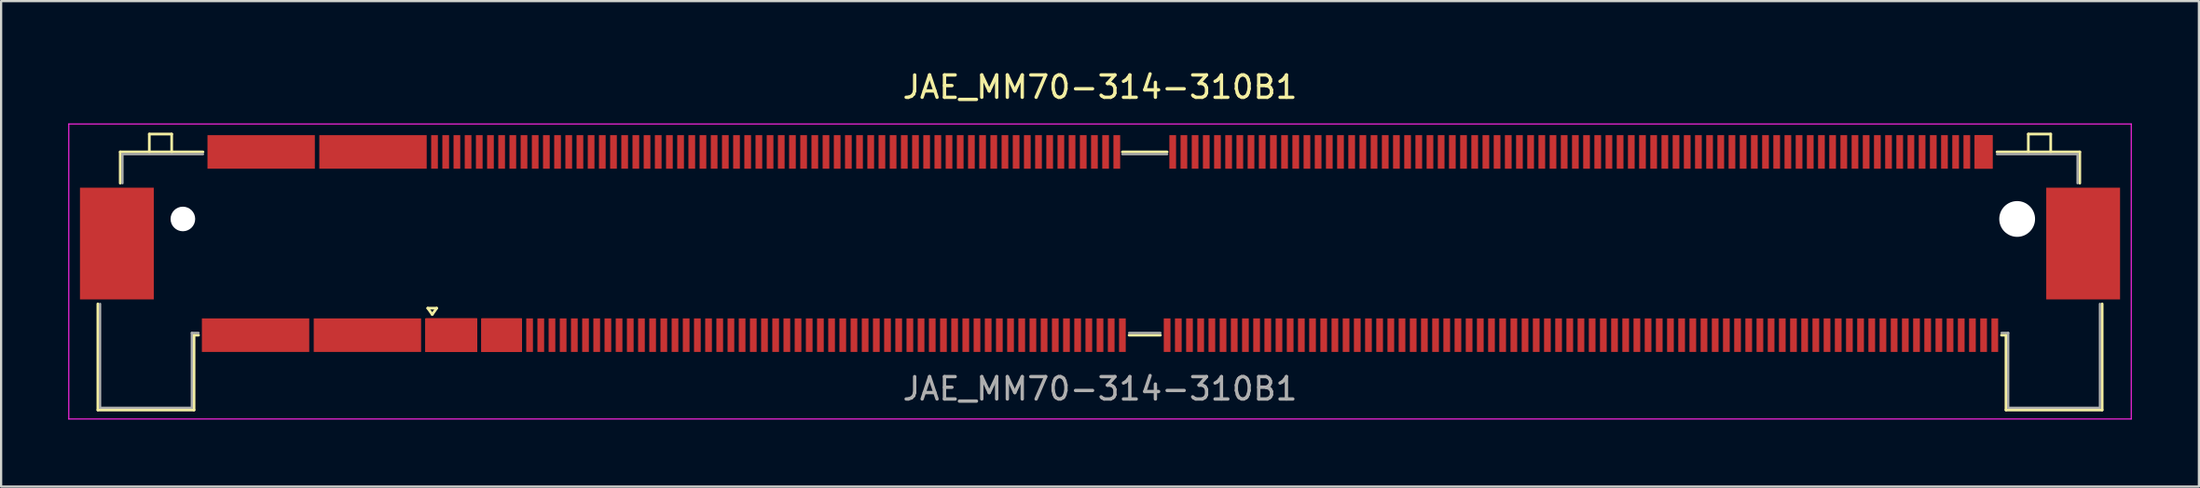
<source format=kicad_pcb>
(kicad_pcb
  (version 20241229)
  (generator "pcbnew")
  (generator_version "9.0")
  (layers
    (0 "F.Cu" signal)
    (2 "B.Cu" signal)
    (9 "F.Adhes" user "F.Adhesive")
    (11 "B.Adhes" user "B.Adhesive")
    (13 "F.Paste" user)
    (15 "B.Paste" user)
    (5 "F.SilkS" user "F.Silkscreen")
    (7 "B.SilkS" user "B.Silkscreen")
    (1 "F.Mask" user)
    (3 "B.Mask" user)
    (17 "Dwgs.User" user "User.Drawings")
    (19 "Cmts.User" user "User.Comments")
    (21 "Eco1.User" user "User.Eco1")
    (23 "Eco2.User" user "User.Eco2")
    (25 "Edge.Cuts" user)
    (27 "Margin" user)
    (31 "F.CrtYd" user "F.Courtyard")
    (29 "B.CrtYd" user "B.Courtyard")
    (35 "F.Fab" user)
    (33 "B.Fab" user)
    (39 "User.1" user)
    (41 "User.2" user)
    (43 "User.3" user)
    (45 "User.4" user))
  (footprint "JAE_MM70-314-310B1"
    (layer "F.Cu")
    (at 46.125 7.848)
    (property "Reference" "JAE_MM70-314-310B1" (at 0 -7 0) (layer "F.SilkS") (effects (font (size 1 1) (thickness 0.15))))
    (attr smd)
    (fp_line (start -44.8 7.45) (end -44.8 2.7) (stroke (width 0.12) (type solid)) (layer "F.SilkS"))
    (fp_line (start -43.8 -4.1) (end -43.8 -2.7) (stroke (width 0.12) (type solid)) (layer "F.SilkS"))
    (fp_line (start -42.5 -4.9) (end -42.5 -4.1) (stroke (width 0.12) (type solid)) (layer "F.SilkS"))
    (fp_line (start -41.5 -4.9) (end -42.5 -4.9) (stroke (width 0.12) (type solid)) (layer "F.SilkS"))
    (fp_line (start -41.5 -4.9) (end -41.5 -4.1) (stroke (width 0.12) (type solid)) (layer "F.SilkS"))
    (fp_line (start -40.5 7.45) (end -44.8 7.45) (stroke (width 0.12) (type solid)) (layer "F.SilkS"))
    (fp_line (start -40.5 7.45) (end -40.5 4.1) (stroke (width 0.12) (type solid)) (layer "F.SilkS"))
    (fp_line (start -40.3 4.1) (end -40.5 4.1) (stroke (width 0.12) (type solid)) (layer "F.SilkS"))
    (fp_line (start -40.1 -4.1) (end -43.8 -4.1) (stroke (width 0.12) (type solid)) (layer "F.SilkS"))
    (fp_line (start -30.052 2.892) (end -29.652 2.892) (stroke (width 0.12) (type solid)) (layer "F.SilkS"))
    (fp_line (start -29.852 3.175) (end -30.052 2.892) (stroke (width 0.12) (type solid)) (layer "F.SilkS"))
    (fp_line (start -29.652 2.892) (end -29.852 3.175) (stroke (width 0.12) (type solid)) (layer "F.SilkS"))
    (fp_line (start 1 -4.1) (end 3 -4.1) (stroke (width 0.12) (type solid)) (layer "F.SilkS"))
    (fp_line (start 1.3 4.1) (end 2.7 4.1) (stroke (width 0.12) (type solid)) (layer "F.SilkS"))
    (fp_line (start 40.1 -4.1) (end 43.8 -4.1) (stroke (width 0.12) (type solid)) (layer "F.SilkS"))
    (fp_line (start 40.3 4.1) (end 40.5 4.1) (stroke (width 0.12) (type solid)) (layer "F.SilkS"))
    (fp_line (start 40.5 7.45) (end 40.5 4.1) (stroke (width 0.12) (type solid)) (layer "F.SilkS"))
    (fp_line (start 40.5 7.45) (end 44.8 7.45) (stroke (width 0.12) (type solid)) (layer "F.SilkS"))
    (fp_line (start 41.5 -4.9) (end 41.5 -4.1) (stroke (width 0.12) (type solid)) (layer "F.SilkS"))
    (fp_line (start 41.5 -4.9) (end 42.5 -4.9) (stroke (width 0.12) (type solid)) (layer "F.SilkS"))
    (fp_line (start 42.5 -4.9) (end 42.5 -4.1) (stroke (width 0.12) (type solid)) (layer "F.SilkS"))
    (fp_line (start 43.8 -4.1) (end 43.8 -2.7) (stroke (width 0.12) (type solid)) (layer "F.SilkS"))
    (fp_line (start 44.8 7.45) (end 44.8 2.7) (stroke (width 0.12) (type solid)) (layer "F.SilkS"))
    (fp_line (start -46.1 -5.35) (end -46.1 7.85) (stroke (width 0.05) (type solid)) (layer "F.CrtYd"))
    (fp_line (start -46.1 7.85) (end 46.1 7.85) (stroke (width 0.05) (type solid)) (layer "F.CrtYd"))
    (fp_line (start 46.1 -5.35) (end -46.1 -5.35) (stroke (width 0.05) (type solid)) (layer "F.CrtYd"))
    (fp_line (start 46.1 7.85) (end 46.1 -5.35) (stroke (width 0.05) (type solid)) (layer "F.CrtYd"))
    (fp_line (start -44.7 7.35) (end -44.7 2.7) (stroke (width 0.1) (type solid)) (layer "F.Fab"))
    (fp_line (start -43.7 -4) (end -43.7 -2.7) (stroke (width 0.1) (type solid)) (layer "F.Fab"))
    (fp_line (start -40.6 7.35) (end -44.7 7.35) (stroke (width 0.1) (type solid)) (layer "F.Fab"))
    (fp_line (start -40.6 7.35) (end -40.6 4) (stroke (width 0.1) (type solid)) (layer "F.Fab"))
    (fp_line (start -40.3 4) (end -40.6 4) (stroke (width 0.1) (type solid)) (layer "F.Fab"))
    (fp_line (start -40.1 -4) (end -43.7 -4) (stroke (width 0.1) (type solid)) (layer "F.Fab"))
    (fp_line (start 1 -4) (end 3 -4) (stroke (width 0.1) (type solid)) (layer "F.Fab"))
    (fp_line (start 1.3 4) (end 2.7 4) (stroke (width 0.1) (type solid)) (layer "F.Fab"))
    (fp_line (start 40.1 -4) (end 43.7 -4) (stroke (width 0.1) (type solid)) (layer "F.Fab"))
    (fp_line (start 40.303 4) (end 40.603 4) (stroke (width 0.1) (type solid)) (layer "F.Fab"))
    (fp_line (start 40.6 7.35) (end 40.6 4) (stroke (width 0.1) (type solid)) (layer "F.Fab"))
    (fp_line (start 40.6 7.35) (end 44.7 7.35) (stroke (width 0.1) (type solid)) (layer "F.Fab"))
    (fp_line (start 43.7 -4) (end 43.7 -2.7) (stroke (width 0.1) (type solid)) (layer "F.Fab"))
    (fp_line (start 44.7 7.35) (end 44.7 2.7) (stroke (width 0.1) (type solid)) (layer "F.Fab"))
    (fp_text user "${REFERENCE}" (at 0 6.5 0) (layer "F.Fab") (effects (font (size 1 1) (thickness 0.15))))
    (pad "" np_thru_hole circle (at -41 -1.1) (size 1.1 1.1) (drill 1.1) (layers "*.Cu" "*.Mask"))
    (pad "" np_thru_hole circle (at 41 -1.1) (size 1.6 1.6) (drill 1.6) (layers "*.Cu" "*.Mask"))
    (pad "1" smd rect (at -29 4.1) (size 2.3 1.5) (layers "F.Cu" "F.Mask" "F.Paste"))
    (pad "2" smd rect (at -29.75 -4.1) (size 0.3 1.5) (layers "F.Cu" "F.Mask" "F.Paste"))
    (pad "3" smd rect (at -29 4.1) (size 2.3 1.5) (layers "F.Cu" "F.Mask" "F.Paste"))
    (pad "4" smd rect (at -29.25 -4.1) (size 0.3 1.5) (layers "F.Cu" "F.Mask" "F.Paste"))
    (pad "5" smd rect (at -29 4.1) (size 2.3 1.5) (layers "F.Cu" "F.Mask" "F.Paste"))
    (pad "6" smd rect (at -28.75 -4.1) (size 0.3 1.5) (layers "F.Cu" "F.Mask" "F.Paste"))
    (pad "7" smd rect (at -29 4.1) (size 2.3 1.5) (layers "F.Cu" "F.Mask" "F.Paste"))
    (pad "8" smd rect (at -28.25 -4.1) (size 0.3 1.5) (layers "F.Cu" "F.Mask" "F.Paste"))
    (pad "9" smd rect (at -29 4.1) (size 2.3 1.5) (layers "F.Cu" "F.Mask" "F.Paste"))
    (pad "10" smd rect (at -27.75 -4.1) (size 0.3 1.5) (layers "F.Cu" "F.Mask" "F.Paste"))
    (pad "11" smd rect (at -26.75 4.1) (size 1.8 1.5) (layers "F.Cu" "F.Mask" "F.Paste"))
    (pad "12" smd rect (at -27.25 -4.1) (size 0.3 1.5) (layers "F.Cu" "F.Mask" "F.Paste"))
    (pad "13" smd rect (at -26.75 4.1) (size 1.8 1.5) (layers "F.Cu" "F.Mask" "F.Paste"))
    (pad "14" smd rect (at -26.75 -4.1) (size 0.3 1.5) (layers "F.Cu" "F.Mask" "F.Paste"))
    (pad "15" smd rect (at -26.75 4.1) (size 1.8 1.5) (layers "F.Cu" "F.Mask" "F.Paste"))
    (pad "16" smd rect (at -26.25 -4.1) (size 0.3 1.5) (layers "F.Cu" "F.Mask" "F.Paste"))
    (pad "17" smd rect (at -26.75 4.1) (size 1.8 1.5) (layers "F.Cu" "F.Mask" "F.Paste"))
    (pad "18" smd rect (at -25.75 -4.1) (size 0.3 1.5) (layers "F.Cu" "F.Mask" "F.Paste"))
    (pad "19" smd rect (at -25.5 4.1) (size 0.3 1.5) (layers "F.Cu" "F.Mask" "F.Paste"))
    (pad "20" smd rect (at -25.25 -4.1) (size 0.3 1.5) (layers "F.Cu" "F.Mask" "F.Paste"))
    (pad "21" smd rect (at -25 4.1) (size 0.3 1.5) (layers "F.Cu" "F.Mask" "F.Paste"))
    (pad "22" smd rect (at -24.75 -4.1) (size 0.3 1.5) (layers "F.Cu" "F.Mask" "F.Paste"))
    (pad "23" smd rect (at -24.5 4.1) (size 0.3 1.5) (layers "F.Cu" "F.Mask" "F.Paste"))
    (pad "24" smd rect (at -24.25 -4.1) (size 0.3 1.5) (layers "F.Cu" "F.Mask" "F.Paste"))
    (pad "25" smd rect (at -24 4.1) (size 0.3 1.5) (layers "F.Cu" "F.Mask" "F.Paste"))
    (pad "26" smd rect (at -23.75 -4.1) (size 0.3 1.5) (layers "F.Cu" "F.Mask" "F.Paste"))
    (pad "27" smd rect (at -23.5 4.1) (size 0.3 1.5) (layers "F.Cu" "F.Mask" "F.Paste"))
    (pad "28" smd rect (at -23.25 -4.1) (size 0.3 1.5) (layers "F.Cu" "F.Mask" "F.Paste"))
    (pad "29" smd rect (at -23 4.1) (size 0.3 1.5) (layers "F.Cu" "F.Mask" "F.Paste"))
    (pad "30" smd rect (at -22.75 -4.1) (size 0.3 1.5) (layers "F.Cu" "F.Mask" "F.Paste"))
    (pad "31" smd rect (at -22.5 4.1) (size 0.3 1.5) (layers "F.Cu" "F.Mask" "F.Paste"))
    (pad "32" smd rect (at -22.25 -4.1) (size 0.3 1.5) (layers "F.Cu" "F.Mask" "F.Paste"))
    (pad "33" smd rect (at -22 4.1) (size 0.3 1.5) (layers "F.Cu" "F.Mask" "F.Paste"))
    (pad "34" smd rect (at -21.75 -4.1) (size 0.3 1.5) (layers "F.Cu" "F.Mask" "F.Paste"))
    (pad "35" smd rect (at -21.5 4.1) (size 0.3 1.5) (layers "F.Cu" "F.Mask" "F.Paste"))
    (pad "36" smd rect (at -21.25 -4.1) (size 0.3 1.5) (layers "F.Cu" "F.Mask" "F.Paste"))
    (pad "37" smd rect (at -21 4.1) (size 0.3 1.5) (layers "F.Cu" "F.Mask" "F.Paste"))
    (pad "38" smd rect (at -20.75 -4.1) (size 0.3 1.5) (layers "F.Cu" "F.Mask" "F.Paste"))
    (pad "39" smd rect (at -20.5 4.1) (size 0.3 1.5) (layers "F.Cu" "F.Mask" "F.Paste"))
    (pad "40" smd rect (at -20.25 -4.1) (size 0.3 1.5) (layers "F.Cu" "F.Mask" "F.Paste"))
    (pad "41" smd rect (at -20 4.1) (size 0.3 1.5) (layers "F.Cu" "F.Mask" "F.Paste"))
    (pad "42" smd rect (at -19.75 -4.1) (size 0.3 1.5) (layers "F.Cu" "F.Mask" "F.Paste"))
    (pad "43" smd rect (at -19.5 4.1) (size 0.3 1.5) (layers "F.Cu" "F.Mask" "F.Paste"))
    (pad "44" smd rect (at -19.25 -4.1) (size 0.3 1.5) (layers "F.Cu" "F.Mask" "F.Paste"))
    (pad "45" smd rect (at -19 4.1) (size 0.3 1.5) (layers "F.Cu" "F.Mask" "F.Paste"))
    (pad "46" smd rect (at -18.75 -4.1) (size 0.3 1.5) (layers "F.Cu" "F.Mask" "F.Paste"))
    (pad "47" smd rect (at -18.5 4.1) (size 0.3 1.5) (layers "F.Cu" "F.Mask" "F.Paste"))
    (pad "48" smd rect (at -18.25 -4.1) (size 0.3 1.5) (layers "F.Cu" "F.Mask" "F.Paste"))
    (pad "49" smd rect (at -18 4.1) (size 0.3 1.5) (layers "F.Cu" "F.Mask" "F.Paste"))
    (pad "50" smd rect (at -17.75 -4.1) (size 0.3 1.5) (layers "F.Cu" "F.Mask" "F.Paste"))
    (pad "51" smd rect (at -17.5 4.1) (size 0.3 1.5) (layers "F.Cu" "F.Mask" "F.Paste"))
    (pad "52" smd rect (at -17.25 -4.1) (size 0.3 1.5) (layers "F.Cu" "F.Mask" "F.Paste"))
    (pad "53" smd rect (at -17 4.1) (size 0.3 1.5) (layers "F.Cu" "F.Mask" "F.Paste"))
    (pad "54" smd rect (at -16.75 -4.1) (size 0.3 1.5) (layers "F.Cu" "F.Mask" "F.Paste"))
    (pad "55" smd rect (at -16.5 4.1) (size 0.3 1.5) (layers "F.Cu" "F.Mask" "F.Paste"))
    (pad "56" smd rect (at -16.25 -4.1) (size 0.3 1.5) (layers "F.Cu" "F.Mask" "F.Paste"))
    (pad "57" smd rect (at -16 4.1) (size 0.3 1.5) (layers "F.Cu" "F.Mask" "F.Paste"))
    (pad "58" smd rect (at -15.75 -4.1) (size 0.3 1.5) (layers "F.Cu" "F.Mask" "F.Paste"))
    (pad "59" smd rect (at -15.5 4.1) (size 0.3 1.5) (layers "F.Cu" "F.Mask" "F.Paste"))
    (pad "60" smd rect (at -15.25 -4.1) (size 0.3 1.5) (layers "F.Cu" "F.Mask" "F.Paste"))
    (pad "61" smd rect (at -15 4.1) (size 0.3 1.5) (layers "F.Cu" "F.Mask" "F.Paste"))
    (pad "62" smd rect (at -14.75 -4.1) (size 0.3 1.5) (layers "F.Cu" "F.Mask" "F.Paste"))
    (pad "63" smd rect (at -14.5 4.1) (size 0.3 1.5) (layers "F.Cu" "F.Mask" "F.Paste"))
    (pad "64" smd rect (at -14.25 -4.1) (size 0.3 1.5) (layers "F.Cu" "F.Mask" "F.Paste"))
    (pad "65" smd rect (at -14 4.1) (size 0.3 1.5) (layers "F.Cu" "F.Mask" "F.Paste"))
    (pad "66" smd rect (at -13.75 -4.1) (size 0.3 1.5) (layers "F.Cu" "F.Mask" "F.Paste"))
    (pad "67" smd rect (at -13.5 4.1) (size 0.3 1.5) (layers "F.Cu" "F.Mask" "F.Paste"))
    (pad "68" smd rect (at -13.25 -4.1) (size 0.3 1.5) (layers "F.Cu" "F.Mask" "F.Paste"))
    (pad "69" smd rect (at -13 4.1) (size 0.3 1.5) (layers "F.Cu" "F.Mask" "F.Paste"))
    (pad "70" smd rect (at -12.75 -4.1) (size 0.3 1.5) (layers "F.Cu" "F.Mask" "F.Paste"))
    (pad "71" smd rect (at -12.5 4.1) (size 0.3 1.5) (layers "F.Cu" "F.Mask" "F.Paste"))
    (pad "72" smd rect (at -12.25 -4.1) (size 0.3 1.5) (layers "F.Cu" "F.Mask" "F.Paste"))
    (pad "73" smd rect (at -12 4.1) (size 0.3 1.5) (layers "F.Cu" "F.Mask" "F.Paste"))
    (pad "74" smd rect (at -11.75 -4.1) (size 0.3 1.5) (layers "F.Cu" "F.Mask" "F.Paste"))
    (pad "75" smd rect (at -11.5 4.1) (size 0.3 1.5) (layers "F.Cu" "F.Mask" "F.Paste"))
    (pad "76" smd rect (at -11.25 -4.1) (size 0.3 1.5) (layers "F.Cu" "F.Mask" "F.Paste"))
    (pad "77" smd rect (at -11 4.1) (size 0.3 1.5) (layers "F.Cu" "F.Mask" "F.Paste"))
    (pad "78" smd rect (at -10.75 -4.1) (size 0.3 1.5) (layers "F.Cu" "F.Mask" "F.Paste"))
    (pad "79" smd rect (at -10.5 4.1) (size 0.3 1.5) (layers "F.Cu" "F.Mask" "F.Paste"))
    (pad "80" smd rect (at -10.25 -4.1) (size 0.3 1.5) (layers "F.Cu" "F.Mask" "F.Paste"))
    (pad "81" smd rect (at -10 4.1) (size 0.3 1.5) (layers "F.Cu" "F.Mask" "F.Paste"))
    (pad "82" smd rect (at -9.75 -4.1) (size 0.3 1.5) (layers "F.Cu" "F.Mask" "F.Paste"))
    (pad "83" smd rect (at -9.5 4.1) (size 0.3 1.5) (layers "F.Cu" "F.Mask" "F.Paste"))
    (pad "84" smd rect (at -9.25 -4.1) (size 0.3 1.5) (layers "F.Cu" "F.Mask" "F.Paste"))
    (pad "85" smd rect (at -9 4.1) (size 0.3 1.5) (layers "F.Cu" "F.Mask" "F.Paste"))
    (pad "86" smd rect (at -8.75 -4.1) (size 0.3 1.5) (layers "F.Cu" "F.Mask" "F.Paste"))
    (pad "87" smd rect (at -8.5 4.1) (size 0.3 1.5) (layers "F.Cu" "F.Mask" "F.Paste"))
    (pad "88" smd rect (at -8.25 -4.1) (size 0.3 1.5) (layers "F.Cu" "F.Mask" "F.Paste"))
    (pad "89" smd rect (at -8 4.1) (size 0.3 1.5) (layers "F.Cu" "F.Mask" "F.Paste"))
    (pad "90" smd rect (at -7.75 -4.1) (size 0.3 1.5) (layers "F.Cu" "F.Mask" "F.Paste"))
    (pad "91" smd rect (at -7.5 4.1) (size 0.3 1.5) (layers "F.Cu" "F.Mask" "F.Paste"))
    (pad "92" smd rect (at -7.25 -4.1) (size 0.3 1.5) (layers "F.Cu" "F.Mask" "F.Paste"))
    (pad "93" smd rect (at -7 4.1) (size 0.3 1.5) (layers "F.Cu" "F.Mask" "F.Paste"))
    (pad "94" smd rect (at -6.75 -4.1) (size 0.3 1.5) (layers "F.Cu" "F.Mask" "F.Paste"))
    (pad "95" smd rect (at -6.5 4.1) (size 0.3 1.5) (layers "F.Cu" "F.Mask" "F.Paste"))
    (pad "96" smd rect (at -6.25 -4.1) (size 0.3 1.5) (layers "F.Cu" "F.Mask" "F.Paste"))
    (pad "97" smd rect (at -6 4.1) (size 0.3 1.5) (layers "F.Cu" "F.Mask" "F.Paste"))
    (pad "98" smd rect (at -5.75 -4.1) (size 0.3 1.5) (layers "F.Cu" "F.Mask" "F.Paste"))
    (pad "99" smd rect (at -5.5 4.1) (size 0.3 1.5) (layers "F.Cu" "F.Mask" "F.Paste"))
    (pad "100" smd rect (at -5.25 -4.1) (size 0.3 1.5) (layers "F.Cu" "F.Mask" "F.Paste"))
    (pad "101" smd rect (at -5 4.1) (size 0.3 1.5) (layers "F.Cu" "F.Mask" "F.Paste"))
    (pad "102" smd rect (at -4.75 -4.1) (size 0.3 1.5) (layers "F.Cu" "F.Mask" "F.Paste"))
    (pad "103" smd rect (at -4.5 4.1) (size 0.3 1.5) (layers "F.Cu" "F.Mask" "F.Paste"))
    (pad "104" smd rect (at -4.25 -4.1) (size 0.3 1.5) (layers "F.Cu" "F.Mask" "F.Paste"))
    (pad "105" smd rect (at -4 4.1) (size 0.3 1.5) (layers "F.Cu" "F.Mask" "F.Paste"))
    (pad "106" smd rect (at -3.75 -4.1) (size 0.3 1.5) (layers "F.Cu" "F.Mask" "F.Paste"))
    (pad "107" smd rect (at -3.5 4.1) (size 0.3 1.5) (layers "F.Cu" "F.Mask" "F.Paste"))
    (pad "108" smd rect (at -3.25 -4.1) (size 0.3 1.5) (layers "F.Cu" "F.Mask" "F.Paste"))
    (pad "109" smd rect (at -3 4.1) (size 0.3 1.5) (layers "F.Cu" "F.Mask" "F.Paste"))
    (pad "110" smd rect (at -2.75 -4.1) (size 0.3 1.5) (layers "F.Cu" "F.Mask" "F.Paste"))
    (pad "111" smd rect (at -2.5 4.1) (size 0.3 1.5) (layers "F.Cu" "F.Mask" "F.Paste"))
    (pad "112" smd rect (at -2.25 -4.1) (size 0.3 1.5) (layers "F.Cu" "F.Mask" "F.Paste"))
    (pad "113" smd rect (at -2 4.1) (size 0.3 1.5) (layers "F.Cu" "F.Mask" "F.Paste"))
    (pad "114" smd rect (at -1.75 -4.1) (size 0.3 1.5) (layers "F.Cu" "F.Mask" "F.Paste"))
    (pad "115" smd rect (at -1.5 4.1) (size 0.3 1.5) (layers "F.Cu" "F.Mask" "F.Paste"))
    (pad "116" smd rect (at -1.25 -4.1) (size 0.3 1.5) (layers "F.Cu" "F.Mask" "F.Paste"))
    (pad "117" smd rect (at -1 4.1) (size 0.3 1.5) (layers "F.Cu" "F.Mask" "F.Paste"))
    (pad "118" smd rect (at -0.75 -4.1) (size 0.3 1.5) (layers "F.Cu" "F.Mask" "F.Paste"))
    (pad "119" smd rect (at -0.5 4.1) (size 0.3 1.5) (layers "F.Cu" "F.Mask" "F.Paste"))
    (pad "120" smd rect (at -0.25 -4.1) (size 0.3 1.5) (layers "F.Cu" "F.Mask" "F.Paste"))
    (pad "121" smd rect (at 0 4.1) (size 0.3 1.5) (layers "F.Cu" "F.Mask" "F.Paste"))
    (pad "122" smd rect (at 0.25 -4.1) (size 0.3 1.5) (layers "F.Cu" "F.Mask" "F.Paste"))
    (pad "123" smd rect (at 0.5 4.1) (size 0.3 1.5) (layers "F.Cu" "F.Mask" "F.Paste"))
    (pad "124" smd rect (at 0.75 -4.1) (size 0.3 1.5) (layers "F.Cu" "F.Mask" "F.Paste"))
    (pad "125" smd rect (at 1 4.1) (size 0.3 1.5) (layers "F.Cu" "F.Mask" "F.Paste"))
    (pad "133" smd rect (at 3 4.1) (size 0.3 1.5) (layers "F.Cu" "F.Mask" "F.Paste"))
    (pad "134" smd rect (at 3.25 -4.1) (size 0.3 1.5) (layers "F.Cu" "F.Mask" "F.Paste"))
    (pad "135" smd rect (at 3.5 4.1) (size 0.3 1.5) (layers "F.Cu" "F.Mask" "F.Paste"))
    (pad "136" smd rect (at 3.75 -4.1) (size 0.3 1.5) (layers "F.Cu" "F.Mask" "F.Paste"))
    (pad "137" smd rect (at 4 4.1) (size 0.3 1.5) (layers "F.Cu" "F.Mask" "F.Paste"))
    (pad "138" smd rect (at 4.25 -4.1) (size 0.3 1.5) (layers "F.Cu" "F.Mask" "F.Paste"))
    (pad "139" smd rect (at 4.5 4.1) (size 0.3 1.5) (layers "F.Cu" "F.Mask" "F.Paste"))
    (pad "140" smd rect (at 4.75 -4.1) (size 0.3 1.5) (layers "F.Cu" "F.Mask" "F.Paste"))
    (pad "141" smd rect (at 5 4.1) (size 0.3 1.5) (layers "F.Cu" "F.Mask" "F.Paste"))
    (pad "142" smd rect (at 5.25 -4.1) (size 0.3 1.5) (layers "F.Cu" "F.Mask" "F.Paste"))
    (pad "143" smd rect (at 5.5 4.1) (size 0.3 1.5) (layers "F.Cu" "F.Mask" "F.Paste"))
    (pad "144" smd rect (at 5.75 -4.1) (size 0.3 1.5) (layers "F.Cu" "F.Mask" "F.Paste"))
    (pad "145" smd rect (at 6 4.1) (size 0.3 1.5) (layers "F.Cu" "F.Mask" "F.Paste"))
    (pad "146" smd rect (at 6.25 -4.1) (size 0.3 1.5) (layers "F.Cu" "F.Mask" "F.Paste"))
    (pad "147" smd rect (at 6.5 4.1) (size 0.3 1.5) (layers "F.Cu" "F.Mask" "F.Paste"))
    (pad "148" smd rect (at 6.75 -4.1) (size 0.3 1.5) (layers "F.Cu" "F.Mask" "F.Paste"))
    (pad "149" smd rect (at 7 4.1) (size 0.3 1.5) (layers "F.Cu" "F.Mask" "F.Paste"))
    (pad "150" smd rect (at 7.25 -4.1) (size 0.3 1.5) (layers "F.Cu" "F.Mask" "F.Paste"))
    (pad "151" smd rect (at 7.5 4.1) (size 0.3 1.5) (layers "F.Cu" "F.Mask" "F.Paste"))
    (pad "152" smd rect (at 7.75 -4.1) (size 0.3 1.5) (layers "F.Cu" "F.Mask" "F.Paste"))
    (pad "153" smd rect (at 8 4.1) (size 0.3 1.5) (layers "F.Cu" "F.Mask" "F.Paste"))
    (pad "154" smd rect (at 8.25 -4.1) (size 0.3 1.5) (layers "F.Cu" "F.Mask" "F.Paste"))
    (pad "155" smd rect (at 8.5 4.1) (size 0.3 1.5) (layers "F.Cu" "F.Mask" "F.Paste"))
    (pad "156" smd rect (at 8.75 -4.1) (size 0.3 1.5) (layers "F.Cu" "F.Mask" "F.Paste"))
    (pad "157" smd rect (at 9 4.1) (size 0.3 1.5) (layers "F.Cu" "F.Mask" "F.Paste"))
    (pad "158" smd rect (at 9.25 -4.1) (size 0.3 1.5) (layers "F.Cu" "F.Mask" "F.Paste"))
    (pad "159" smd rect (at 9.5 4.1) (size 0.3 1.5) (layers "F.Cu" "F.Mask" "F.Paste"))
    (pad "160" smd rect (at 9.75 -4.1) (size 0.3 1.5) (layers "F.Cu" "F.Mask" "F.Paste"))
    (pad "161" smd rect (at 10 4.1) (size 0.3 1.5) (layers "F.Cu" "F.Mask" "F.Paste"))
    (pad "162" smd rect (at 10.25 -4.1) (size 0.3 1.5) (layers "F.Cu" "F.Mask" "F.Paste"))
    (pad "163" smd rect (at 10.5 4.1) (size 0.3 1.5) (layers "F.Cu" "F.Mask" "F.Paste"))
    (pad "164" smd rect (at 10.75 -4.1) (size 0.3 1.5) (layers "F.Cu" "F.Mask" "F.Paste"))
    (pad "165" smd rect (at 11 4.1) (size 0.3 1.5) (layers "F.Cu" "F.Mask" "F.Paste"))
    (pad "166" smd rect (at 11.25 -4.1) (size 0.3 1.5) (layers "F.Cu" "F.Mask" "F.Paste"))
    (pad "167" smd rect (at 11.5 4.1) (size 0.3 1.5) (layers "F.Cu" "F.Mask" "F.Paste"))
    (pad "168" smd rect (at 11.75 -4.1) (size 0.3 1.5) (layers "F.Cu" "F.Mask" "F.Paste"))
    (pad "169" smd rect (at 12 4.1) (size 0.3 1.5) (layers "F.Cu" "F.Mask" "F.Paste"))
    (pad "170" smd rect (at 12.25 -4.1) (size 0.3 1.5) (layers "F.Cu" "F.Mask" "F.Paste"))
    (pad "171" smd rect (at 12.5 4.1) (size 0.3 1.5) (layers "F.Cu" "F.Mask" "F.Paste"))
    (pad "172" smd rect (at 12.75 -4.1) (size 0.3 1.5) (layers "F.Cu" "F.Mask" "F.Paste"))
    (pad "173" smd rect (at 13 4.1) (size 0.3 1.5) (layers "F.Cu" "F.Mask" "F.Paste"))
    (pad "174" smd rect (at 13.25 -4.1) (size 0.3 1.5) (layers "F.Cu" "F.Mask" "F.Paste"))
    (pad "175" smd rect (at 13.5 4.1) (size 0.3 1.5) (layers "F.Cu" "F.Mask" "F.Paste"))
    (pad "176" smd rect (at 13.75 -4.1) (size 0.3 1.5) (layers "F.Cu" "F.Mask" "F.Paste"))
    (pad "177" smd rect (at 14 4.1) (size 0.3 1.5) (layers "F.Cu" "F.Mask" "F.Paste"))
    (pad "178" smd rect (at 14.25 -4.1) (size 0.3 1.5) (layers "F.Cu" "F.Mask" "F.Paste"))
    (pad "179" smd rect (at 14.5 4.1) (size 0.3 1.5) (layers "F.Cu" "F.Mask" "F.Paste"))
    (pad "180" smd rect (at 14.75 -4.1) (size 0.3 1.5) (layers "F.Cu" "F.Mask" "F.Paste"))
    (pad "181" smd rect (at 15 4.1) (size 0.3 1.5) (layers "F.Cu" "F.Mask" "F.Paste"))
    (pad "182" smd rect (at 15.25 -4.1) (size 0.3 1.5) (layers "F.Cu" "F.Mask" "F.Paste"))
    (pad "183" smd rect (at 15.5 4.1) (size 0.3 1.5) (layers "F.Cu" "F.Mask" "F.Paste"))
    (pad "184" smd rect (at 15.75 -4.1) (size 0.3 1.5) (layers "F.Cu" "F.Mask" "F.Paste"))
    (pad "185" smd rect (at 16 4.1) (size 0.3 1.5) (layers "F.Cu" "F.Mask" "F.Paste"))
    (pad "186" smd rect (at 16.25 -4.1) (size 0.3 1.5) (layers "F.Cu" "F.Mask" "F.Paste"))
    (pad "187" smd rect (at 16.5 4.1) (size 0.3 1.5) (layers "F.Cu" "F.Mask" "F.Paste"))
    (pad "188" smd rect (at 16.75 -4.1) (size 0.3 1.5) (layers "F.Cu" "F.Mask" "F.Paste"))
    (pad "189" smd rect (at 17 4.1) (size 0.3 1.5) (layers "F.Cu" "F.Mask" "F.Paste"))
    (pad "190" smd rect (at 17.25 -4.1) (size 0.3 1.5) (layers "F.Cu" "F.Mask" "F.Paste"))
    (pad "191" smd rect (at 17.5 4.1) (size 0.3 1.5) (layers "F.Cu" "F.Mask" "F.Paste"))
    (pad "192" smd rect (at 17.75 -4.1) (size 0.3 1.5) (layers "F.Cu" "F.Mask" "F.Paste"))
    (pad "193" smd rect (at 18 4.1) (size 0.3 1.5) (layers "F.Cu" "F.Mask" "F.Paste"))
    (pad "194" smd rect (at 18.25 -4.1) (size 0.3 1.5) (layers "F.Cu" "F.Mask" "F.Paste"))
    (pad "195" smd rect (at 18.5 4.1) (size 0.3 1.5) (layers "F.Cu" "F.Mask" "F.Paste"))
    (pad "196" smd rect (at 18.75 -4.1) (size 0.3 1.5) (layers "F.Cu" "F.Mask" "F.Paste"))
    (pad "197" smd rect (at 19 4.1) (size 0.3 1.5) (layers "F.Cu" "F.Mask" "F.Paste"))
    (pad "198" smd rect (at 19.25 -4.1) (size 0.3 1.5) (layers "F.Cu" "F.Mask" "F.Paste"))
    (pad "199" smd rect (at 19.5 4.1) (size 0.3 1.5) (layers "F.Cu" "F.Mask" "F.Paste"))
    (pad "200" smd rect (at 19.75 -4.1) (size 0.3 1.5) (layers "F.Cu" "F.Mask" "F.Paste"))
    (pad "201" smd rect (at 20 4.1) (size 0.3 1.5) (layers "F.Cu" "F.Mask" "F.Paste"))
    (pad "202" smd rect (at 20.25 -4.1) (size 0.3 1.5) (layers "F.Cu" "F.Mask" "F.Paste"))
    (pad "203" smd rect (at 20.5 4.1) (size 0.3 1.5) (layers "F.Cu" "F.Mask" "F.Paste"))
    (pad "204" smd rect (at 20.75 -4.1) (size 0.3 1.5) (layers "F.Cu" "F.Mask" "F.Paste"))
    (pad "205" smd rect (at 21 4.1) (size 0.3 1.5) (layers "F.Cu" "F.Mask" "F.Paste"))
    (pad "206" smd rect (at 21.25 -4.1) (size 0.3 1.5) (layers "F.Cu" "F.Mask" "F.Paste"))
    (pad "207" smd rect (at 21.5 4.1) (size 0.3 1.5) (layers "F.Cu" "F.Mask" "F.Paste"))
    (pad "208" smd rect (at 21.75 -4.1) (size 0.3 1.5) (layers "F.Cu" "F.Mask" "F.Paste"))
    (pad "209" smd rect (at 22 4.1) (size 0.3 1.5) (layers "F.Cu" "F.Mask" "F.Paste"))
    (pad "210" smd rect (at 22.25 -4.1) (size 0.3 1.5) (layers "F.Cu" "F.Mask" "F.Paste"))
    (pad "211" smd rect (at 22.5 4.1) (size 0.3 1.5) (layers "F.Cu" "F.Mask" "F.Paste"))
    (pad "212" smd rect (at 22.75 -4.1) (size 0.3 1.5) (layers "F.Cu" "F.Mask" "F.Paste"))
    (pad "213" smd rect (at 23 4.1) (size 0.3 1.5) (layers "F.Cu" "F.Mask" "F.Paste"))
    (pad "214" smd rect (at 23.25 -4.1) (size 0.3 1.5) (layers "F.Cu" "F.Mask" "F.Paste"))
    (pad "215" smd rect (at 23.5 4.1) (size 0.3 1.5) (layers "F.Cu" "F.Mask" "F.Paste"))
    (pad "216" smd rect (at 23.75 -4.1) (size 0.3 1.5) (layers "F.Cu" "F.Mask" "F.Paste"))
    (pad "217" smd rect (at 24 4.1) (size 0.3 1.5) (layers "F.Cu" "F.Mask" "F.Paste"))
    (pad "218" smd rect (at 24.25 -4.1) (size 0.3 1.5) (layers "F.Cu" "F.Mask" "F.Paste"))
    (pad "219" smd rect (at 24.5 4.1) (size 0.3 1.5) (layers "F.Cu" "F.Mask" "F.Paste"))
    (pad "220" smd rect (at 24.75 -4.1) (size 0.3 1.5) (layers "F.Cu" "F.Mask" "F.Paste"))
    (pad "221" smd rect (at 25 4.1) (size 0.3 1.5) (layers "F.Cu" "F.Mask" "F.Paste"))
    (pad "222" smd rect (at 25.25 -4.1) (size 0.3 1.5) (layers "F.Cu" "F.Mask" "F.Paste"))
    (pad "223" smd rect (at 25.5 4.1) (size 0.3 1.5) (layers "F.Cu" "F.Mask" "F.Paste"))
    (pad "224" smd rect (at 25.75 -4.1) (size 0.3 1.5) (layers "F.Cu" "F.Mask" "F.Paste"))
    (pad "225" smd rect (at 26 4.1) (size 0.3 1.5) (layers "F.Cu" "F.Mask" "F.Paste"))
    (pad "226" smd rect (at 26.25 -4.1) (size 0.3 1.5) (layers "F.Cu" "F.Mask" "F.Paste"))
    (pad "227" smd rect (at 26.5 4.1) (size 0.3 1.5) (layers "F.Cu" "F.Mask" "F.Paste"))
    (pad "228" smd rect (at 26.75 -4.1) (size 0.3 1.5) (layers "F.Cu" "F.Mask" "F.Paste"))
    (pad "229" smd rect (at 27 4.1) (size 0.3 1.5) (layers "F.Cu" "F.Mask" "F.Paste"))
    (pad "230" smd rect (at 27.25 -4.1) (size 0.3 1.5) (layers "F.Cu" "F.Mask" "F.Paste"))
    (pad "231" smd rect (at 27.5 4.1) (size 0.3 1.5) (layers "F.Cu" "F.Mask" "F.Paste"))
    (pad "232" smd rect (at 27.75 -4.1) (size 0.3 1.5) (layers "F.Cu" "F.Mask" "F.Paste"))
    (pad "233" smd rect (at 28 4.1) (size 0.3 1.5) (layers "F.Cu" "F.Mask" "F.Paste"))
    (pad "234" smd rect (at 28.25 -4.1) (size 0.3 1.5) (layers "F.Cu" "F.Mask" "F.Paste"))
    (pad "235" smd rect (at 28.5 4.1) (size 0.3 1.5) (layers "F.Cu" "F.Mask" "F.Paste"))
    (pad "236" smd rect (at 28.75 -4.1) (size 0.3 1.5) (layers "F.Cu" "F.Mask" "F.Paste"))
    (pad "237" smd rect (at 29 4.1) (size 0.3 1.5) (layers "F.Cu" "F.Mask" "F.Paste"))
    (pad "238" smd rect (at 29.25 -4.1) (size 0.3 1.5) (layers "F.Cu" "F.Mask" "F.Paste"))
    (pad "239" smd rect (at 29.5 4.1) (size 0.3 1.5) (layers "F.Cu" "F.Mask" "F.Paste"))
    (pad "240" smd rect (at 29.75 -4.1) (size 0.3 1.5) (layers "F.Cu" "F.Mask" "F.Paste"))
    (pad "241" smd rect (at 30 4.1) (size 0.3 1.5) (layers "F.Cu" "F.Mask" "F.Paste"))
    (pad "242" smd rect (at 30.25 -4.1) (size 0.3 1.5) (layers "F.Cu" "F.Mask" "F.Paste"))
    (pad "243" smd rect (at 30.5 4.1) (size 0.3 1.5) (layers "F.Cu" "F.Mask" "F.Paste"))
    (pad "244" smd rect (at 30.75 -4.1) (size 0.3 1.5) (layers "F.Cu" "F.Mask" "F.Paste"))
    (pad "245" smd rect (at 31 4.1) (size 0.3 1.5) (layers "F.Cu" "F.Mask" "F.Paste"))
    (pad "246" smd rect (at 31.25 -4.1) (size 0.3 1.5) (layers "F.Cu" "F.Mask" "F.Paste"))
    (pad "247" smd rect (at 31.5 4.1) (size 0.3 1.5) (layers "F.Cu" "F.Mask" "F.Paste"))
    (pad "248" smd rect (at 31.75 -4.1) (size 0.3 1.5) (layers "F.Cu" "F.Mask" "F.Paste"))
    (pad "249" smd rect (at 32 4.1) (size 0.3 1.5) (layers "F.Cu" "F.Mask" "F.Paste"))
    (pad "250" smd rect (at 32.25 -4.1) (size 0.3 1.5) (layers "F.Cu" "F.Mask" "F.Paste"))
    (pad "251" smd rect (at 32.5 4.1) (size 0.3 1.5) (layers "F.Cu" "F.Mask" "F.Paste"))
    (pad "252" smd rect (at 32.75 -4.1) (size 0.3 1.5) (layers "F.Cu" "F.Mask" "F.Paste"))
    (pad "253" smd rect (at 33 4.1) (size 0.3 1.5) (layers "F.Cu" "F.Mask" "F.Paste"))
    (pad "254" smd rect (at 33.25 -4.1) (size 0.3 1.5) (layers "F.Cu" "F.Mask" "F.Paste"))
    (pad "255" smd rect (at 33.5 4.1) (size 0.3 1.5) (layers "F.Cu" "F.Mask" "F.Paste"))
    (pad "256" smd rect (at 33.75 -4.1) (size 0.3 1.5) (layers "F.Cu" "F.Mask" "F.Paste"))
    (pad "257" smd rect (at 34 4.1) (size 0.3 1.5) (layers "F.Cu" "F.Mask" "F.Paste"))
    (pad "258" smd rect (at 34.25 -4.1) (size 0.3 1.5) (layers "F.Cu" "F.Mask" "F.Paste"))
    (pad "259" smd rect (at 34.5 4.1) (size 0.3 1.5) (layers "F.Cu" "F.Mask" "F.Paste"))
    (pad "260" smd rect (at 34.75 -4.1) (size 0.3 1.5) (layers "F.Cu" "F.Mask" "F.Paste"))
    (pad "261" smd rect (at 35 4.1) (size 0.3 1.5) (layers "F.Cu" "F.Mask" "F.Paste"))
    (pad "262" smd rect (at 35.25 -4.1) (size 0.3 1.5) (layers "F.Cu" "F.Mask" "F.Paste"))
    (pad "263" smd rect (at 35.5 4.1) (size 0.3 1.5) (layers "F.Cu" "F.Mask" "F.Paste"))
    (pad "264" smd rect (at 35.75 -4.1) (size 0.3 1.5) (layers "F.Cu" "F.Mask" "F.Paste"))
    (pad "265" smd rect (at 36 4.1) (size 0.3 1.5) (layers "F.Cu" "F.Mask" "F.Paste"))
    (pad "266" smd rect (at 36.25 -4.1) (size 0.3 1.5) (layers "F.Cu" "F.Mask" "F.Paste"))
    (pad "267" smd rect (at 36.5 4.1) (size 0.3 1.5) (layers "F.Cu" "F.Mask" "F.Paste"))
    (pad "268" smd rect (at 36.75 -4.1) (size 0.3 1.5) (layers "F.Cu" "F.Mask" "F.Paste"))
    (pad "269" smd rect (at 37 4.1) (size 0.3 1.5) (layers "F.Cu" "F.Mask" "F.Paste"))
    (pad "270" smd rect (at 37.25 -4.1) (size 0.3 1.5) (layers "F.Cu" "F.Mask" "F.Paste"))
    (pad "271" smd rect (at 37.5 4.1) (size 0.3 1.5) (layers "F.Cu" "F.Mask" "F.Paste"))
    (pad "272" smd rect (at 37.75 -4.1) (size 0.3 1.5) (layers "F.Cu" "F.Mask" "F.Paste"))
    (pad "273" smd rect (at 38 4.1) (size 0.3 1.5) (layers "F.Cu" "F.Mask" "F.Paste"))
    (pad "274" smd rect (at 38.25 -4.1) (size 0.3 1.5) (layers "F.Cu" "F.Mask" "F.Paste"))
    (pad "275" smd rect (at 38.5 4.1) (size 0.3 1.5) (layers "F.Cu" "F.Mask" "F.Paste"))
    (pad "276" smd rect (at 38.75 -4.1) (size 0.3 1.5) (layers "F.Cu" "F.Mask" "F.Paste"))
    (pad "277" smd rect (at 39 4.1) (size 0.3 1.5) (layers "F.Cu" "F.Mask" "F.Paste"))
    (pad "278" smd rect (at 39.5 -4.1) (size 0.8 1.5) (layers "F.Cu" "F.Mask" "F.Paste"))
    (pad "279" smd rect (at 39.5 4.1) (size 0.3 1.5) (layers "F.Cu" "F.Mask" "F.Paste"))
    (pad "280" smd rect (at 39.5 -4.1) (size 0.8 1.5) (layers "F.Cu" "F.Mask" "F.Paste"))
    (pad "281" smd rect (at 40 4.1) (size 0.3 1.5) (layers "F.Cu" "F.Mask" "F.Paste"))
    (pad "E1" smd rect (at -37.75 4.1) (size 4.8 1.5) (layers "F.Cu" "F.Mask" "F.Paste"))
    (pad "E2" smd rect (at -37.5 -4.1) (size 4.8 1.5) (layers "F.Cu" "F.Mask" "F.Paste"))
    (pad "E3" smd rect (at -32.75 4.1) (size 4.8 1.5) (layers "F.Cu" "F.Mask" "F.Paste"))
    (pad "E4" smd rect (at -32.5 -4.1) (size 4.8 1.5) (layers "F.Cu" "F.Mask" "F.Paste"))
    (pad "MP" smd rect (at -43.95 0) (size 3.3 5) (layers "F.Cu" "F.Mask" "F.Paste"))
    (pad "MP" smd rect (at 43.95 0) (size 3.3 5) (layers "F.Cu" "F.Mask" "F.Paste")))
  (gr_rect
    (start -3 -3)
    (end 95.25 18.723)
    (stroke (width 0.1) (type default))
    (fill no)
    (layer "Edge.Cuts")))
</source>
